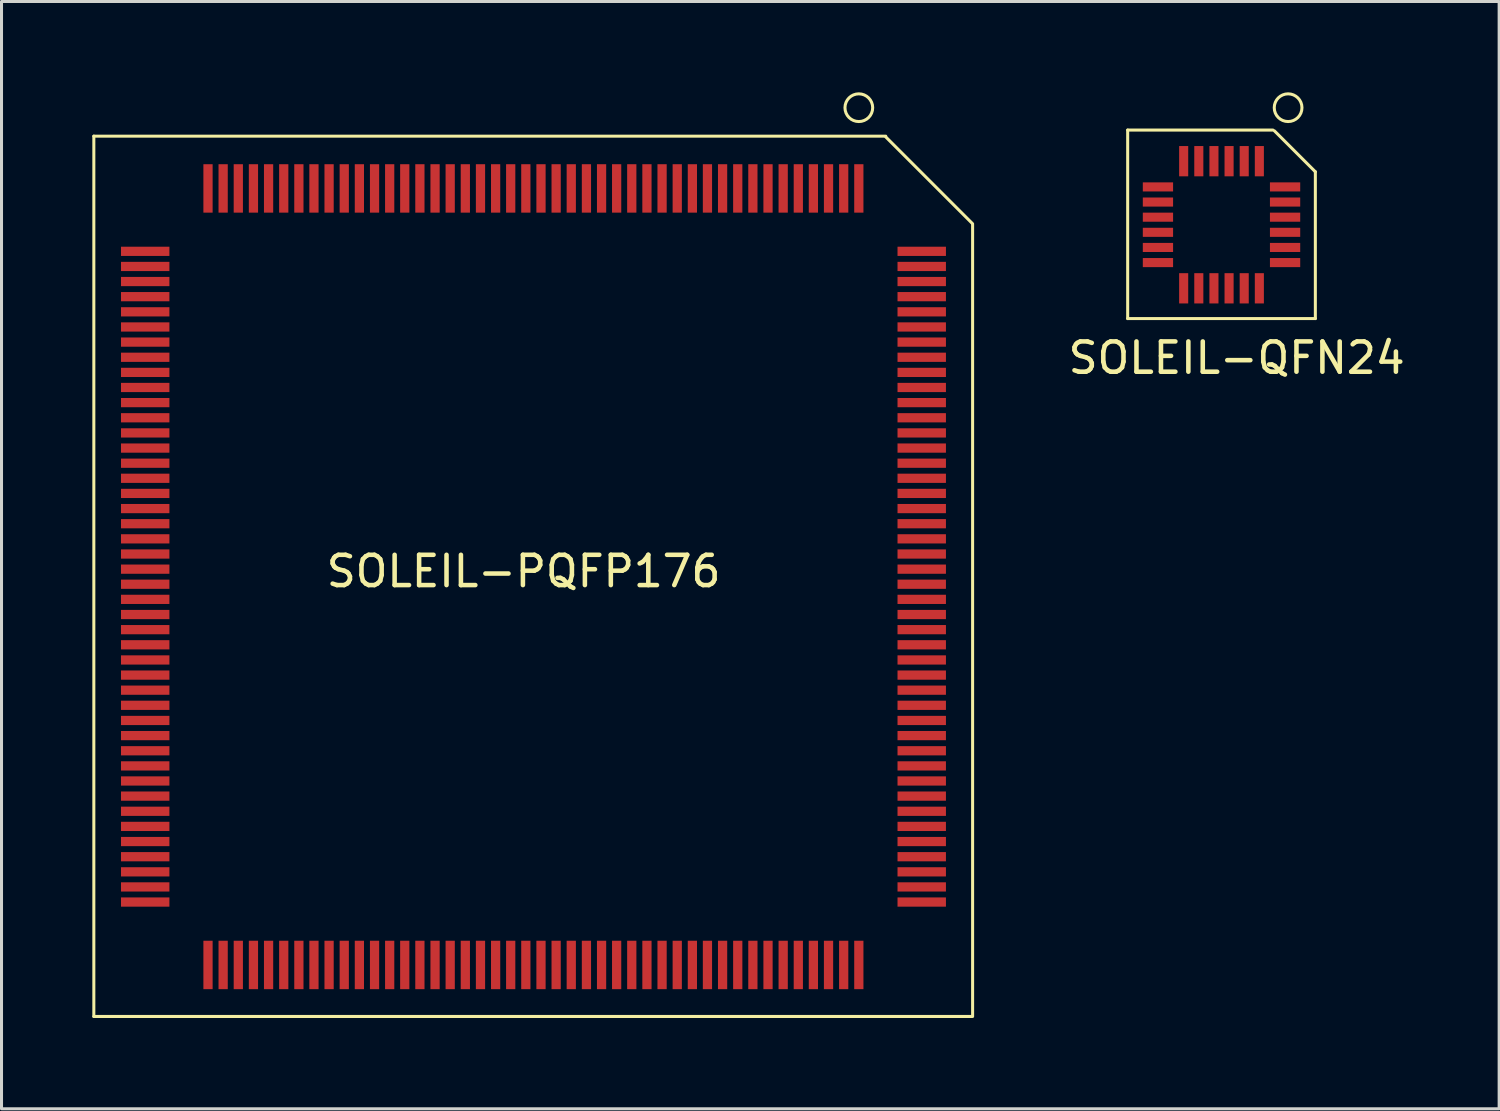
<source format=kicad_pcb>
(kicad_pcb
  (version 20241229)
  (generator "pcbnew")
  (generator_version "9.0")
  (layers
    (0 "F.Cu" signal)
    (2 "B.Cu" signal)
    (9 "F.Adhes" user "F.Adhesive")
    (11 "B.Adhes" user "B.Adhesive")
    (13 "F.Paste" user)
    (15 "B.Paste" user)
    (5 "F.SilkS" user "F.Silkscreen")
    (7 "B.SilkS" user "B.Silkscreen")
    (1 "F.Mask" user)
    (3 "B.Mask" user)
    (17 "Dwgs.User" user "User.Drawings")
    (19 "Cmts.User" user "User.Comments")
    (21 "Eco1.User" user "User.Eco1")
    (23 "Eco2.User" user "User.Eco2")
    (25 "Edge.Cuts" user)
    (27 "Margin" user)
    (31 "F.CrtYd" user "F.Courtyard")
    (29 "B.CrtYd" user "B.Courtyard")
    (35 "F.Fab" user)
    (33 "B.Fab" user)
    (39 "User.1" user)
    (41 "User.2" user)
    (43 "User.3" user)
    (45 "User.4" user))
  (footprint "SOLEIL-PQFP176"
    (layer "F.Cu")
    (at 25.323 3.175)
    (property "Reference" "SOLEIL-PQFP176" (at -11.074 12.649 0) (layer "F.SilkS") (effects (font (size 1 1) (thickness 0.15))))
    (attr smd)
    (fp_line (start -25.273 27.356) (end -25.273 -1.727) (stroke (width 0.1) (type solid)) (layer "F.SilkS"))
    (fp_line (start 0.889 -1.727) (end -25.273 -1.727) (stroke (width 0.1) (type solid)) (layer "F.SilkS"))
    (fp_line (start 0.889 -1.702) (end 3.759 1.168) (stroke (width 0.1) (type solid)) (layer "F.SilkS"))
    (fp_line (start 3.759 1.194) (end 3.759 27.33) (stroke (width 0.1) (type solid)) (layer "F.SilkS"))
    (fp_line (start 3.759 27.356) (end -25.273 27.356) (stroke (width 0.1) (type solid)) (layer "F.SilkS"))
    (fp_circle (center 0 -2.667) (end -0.381 -2.921) (stroke (width 0.1) (type solid)) (fill no) (layer "F.SilkS"))
    (pad "1" smd rect (at 0 0) (size 0.305 1.6) (layers "F.Cu" "F.Mask" "F.Paste"))
    (pad "2" smd rect (at -0.5 0) (size 0.305 1.6) (layers "F.Cu" "F.Mask" "F.Paste"))
    (pad "3" smd rect (at -1.001 0) (size 0.305 1.6) (layers "F.Cu" "F.Mask" "F.Paste"))
    (pad "4" smd rect (at -1.501 0) (size 0.305 1.6) (layers "F.Cu" "F.Mask" "F.Paste"))
    (pad "5" smd rect (at -1.999 0) (size 0.305 1.6) (layers "F.Cu" "F.Mask" "F.Paste"))
    (pad "6" smd rect (at -2.499 0) (size 0.305 1.6) (layers "F.Cu" "F.Mask" "F.Paste"))
    (pad "7" smd rect (at -3 0) (size 0.305 1.6) (layers "F.Cu" "F.Mask" "F.Paste"))
    (pad "8" smd rect (at -3.5 0) (size 0.305 1.6) (layers "F.Cu" "F.Mask" "F.Paste"))
    (pad "9" smd rect (at -4 0) (size 0.305 1.6) (layers "F.Cu" "F.Mask" "F.Paste"))
    (pad "10" smd rect (at -4.501 0) (size 0.305 1.6) (layers "F.Cu" "F.Mask" "F.Paste"))
    (pad "11" smd rect (at -5.001 0) (size 0.305 1.6) (layers "F.Cu" "F.Mask" "F.Paste"))
    (pad "12" smd rect (at -5.499 0) (size 0.305 1.6) (layers "F.Cu" "F.Mask" "F.Paste"))
    (pad "13" smd rect (at -5.999 0) (size 0.305 1.6) (layers "F.Cu" "F.Mask" "F.Paste"))
    (pad "14" smd rect (at -6.5 0) (size 0.305 1.6) (layers "F.Cu" "F.Mask" "F.Paste"))
    (pad "15" smd rect (at -7 0) (size 0.305 1.6) (layers "F.Cu" "F.Mask" "F.Paste"))
    (pad "16" smd rect (at -7.501 0) (size 0.305 1.6) (layers "F.Cu" "F.Mask" "F.Paste"))
    (pad "17" smd rect (at -8.001 0) (size 0.305 1.6) (layers "F.Cu" "F.Mask" "F.Paste"))
    (pad "18" smd rect (at -8.499 0) (size 0.305 1.6) (layers "F.Cu" "F.Mask" "F.Paste"))
    (pad "19" smd rect (at -8.999 0) (size 0.305 1.6) (layers "F.Cu" "F.Mask" "F.Paste"))
    (pad "20" smd rect (at -9.5 0) (size 0.305 1.6) (layers "F.Cu" "F.Mask" "F.Paste"))
    (pad "21" smd rect (at -10 0) (size 0.305 1.6) (layers "F.Cu" "F.Mask" "F.Paste"))
    (pad "22" smd rect (at -10.5 0) (size 0.305 1.6) (layers "F.Cu" "F.Mask" "F.Paste"))
    (pad "23" smd rect (at -11.001 0) (size 0.305 1.6) (layers "F.Cu" "F.Mask" "F.Paste"))
    (pad "24" smd rect (at -11.501 0) (size 0.305 1.6) (layers "F.Cu" "F.Mask" "F.Paste"))
    (pad "25" smd rect (at -11.999 0) (size 0.305 1.6) (layers "F.Cu" "F.Mask" "F.Paste"))
    (pad "26" smd rect (at -12.499 0) (size 0.305 1.6) (layers "F.Cu" "F.Mask" "F.Paste"))
    (pad "27" smd rect (at -13 0) (size 0.305 1.6) (layers "F.Cu" "F.Mask" "F.Paste"))
    (pad "28" smd rect (at -13.5 0) (size 0.305 1.6) (layers "F.Cu" "F.Mask" "F.Paste"))
    (pad "29" smd rect (at -14 0) (size 0.305 1.6) (layers "F.Cu" "F.Mask" "F.Paste"))
    (pad "30" smd rect (at -14.501 0) (size 0.305 1.6) (layers "F.Cu" "F.Mask" "F.Paste"))
    (pad "31" smd rect (at -15.001 0) (size 0.305 1.6) (layers "F.Cu" "F.Mask" "F.Paste"))
    (pad "32" smd rect (at -15.499 0) (size 0.305 1.6) (layers "F.Cu" "F.Mask" "F.Paste"))
    (pad "33" smd rect (at -15.999 0) (size 0.305 1.6) (layers "F.Cu" "F.Mask" "F.Paste"))
    (pad "34" smd rect (at -16.5 0) (size 0.305 1.6) (layers "F.Cu" "F.Mask" "F.Paste"))
    (pad "35" smd rect (at -17 0) (size 0.305 1.6) (layers "F.Cu" "F.Mask" "F.Paste"))
    (pad "36" smd rect (at -17.501 0) (size 0.305 1.6) (layers "F.Cu" "F.Mask" "F.Paste"))
    (pad "37" smd rect (at -18.001 0) (size 0.305 1.6) (layers "F.Cu" "F.Mask" "F.Paste"))
    (pad "38" smd rect (at -18.499 0) (size 0.305 1.6) (layers "F.Cu" "F.Mask" "F.Paste"))
    (pad "39" smd rect (at -18.999 0) (size 0.305 1.6) (layers "F.Cu" "F.Mask" "F.Paste"))
    (pad "40" smd rect (at -19.5 0) (size 0.305 1.6) (layers "F.Cu" "F.Mask" "F.Paste"))
    (pad "41" smd rect (at -20 0) (size 0.305 1.6) (layers "F.Cu" "F.Mask" "F.Paste"))
    (pad "42" smd rect (at -20.5 0) (size 0.305 1.6) (layers "F.Cu" "F.Mask" "F.Paste"))
    (pad "43" smd rect (at -21.001 0) (size 0.305 1.6) (layers "F.Cu" "F.Mask" "F.Paste"))
    (pad "44" smd rect (at -21.501 0) (size 0.305 1.6) (layers "F.Cu" "F.Mask" "F.Paste"))
    (pad "45" smd rect (at -23.576 2.078) (size 1.6 0.305) (layers "F.Cu" "F.Mask" "F.Paste"))
    (pad "46" smd rect (at -23.576 2.578) (size 1.6 0.305) (layers "F.Cu" "F.Mask" "F.Paste"))
    (pad "47" smd rect (at -23.576 3.076) (size 1.6 0.305) (layers "F.Cu" "F.Mask" "F.Paste"))
    (pad "48" smd rect (at -23.576 3.576) (size 1.6 0.305) (layers "F.Cu" "F.Mask" "F.Paste"))
    (pad "49" smd rect (at -23.576 4.077) (size 1.6 0.305) (layers "F.Cu" "F.Mask" "F.Paste"))
    (pad "50" smd rect (at -23.576 4.577) (size 1.6 0.305) (layers "F.Cu" "F.Mask" "F.Paste"))
    (pad "51" smd rect (at -23.576 5.077) (size 1.6 0.305) (layers "F.Cu" "F.Mask" "F.Paste"))
    (pad "52" smd rect (at -23.576 5.578) (size 1.6 0.305) (layers "F.Cu" "F.Mask" "F.Paste"))
    (pad "53" smd rect (at -23.576 6.078) (size 1.6 0.305) (layers "F.Cu" "F.Mask" "F.Paste"))
    (pad "54" smd rect (at -23.576 6.576) (size 1.6 0.305) (layers "F.Cu" "F.Mask" "F.Paste"))
    (pad "55" smd rect (at -23.576 7.076) (size 1.6 0.305) (layers "F.Cu" "F.Mask" "F.Paste"))
    (pad "56" smd rect (at -23.576 7.577) (size 1.6 0.305) (layers "F.Cu" "F.Mask" "F.Paste"))
    (pad "57" smd rect (at -23.576 8.077) (size 1.6 0.305) (layers "F.Cu" "F.Mask" "F.Paste"))
    (pad "58" smd rect (at -23.576 8.578) (size 1.6 0.305) (layers "F.Cu" "F.Mask" "F.Paste"))
    (pad "59" smd rect (at -23.576 9.078) (size 1.6 0.305) (layers "F.Cu" "F.Mask" "F.Paste"))
    (pad "60" smd rect (at -23.576 9.576) (size 1.6 0.305) (layers "F.Cu" "F.Mask" "F.Paste"))
    (pad "61" smd rect (at -23.576 10.076) (size 1.6 0.305) (layers "F.Cu" "F.Mask" "F.Paste"))
    (pad "62" smd rect (at -23.576 10.577) (size 1.6 0.305) (layers "F.Cu" "F.Mask" "F.Paste"))
    (pad "63" smd rect (at -23.576 11.077) (size 1.6 0.305) (layers "F.Cu" "F.Mask" "F.Paste"))
    (pad "64" smd rect (at -23.576 11.577) (size 1.6 0.305) (layers "F.Cu" "F.Mask" "F.Paste"))
    (pad "65" smd rect (at -23.576 12.078) (size 1.6 0.305) (layers "F.Cu" "F.Mask" "F.Paste"))
    (pad "66" smd rect (at -23.576 12.578) (size 1.6 0.305) (layers "F.Cu" "F.Mask" "F.Paste"))
    (pad "67" smd rect (at -23.576 13.076) (size 1.6 0.305) (layers "F.Cu" "F.Mask" "F.Paste"))
    (pad "68" smd rect (at -23.576 13.576) (size 1.6 0.305) (layers "F.Cu" "F.Mask" "F.Paste"))
    (pad "69" smd rect (at -23.576 14.077) (size 1.6 0.305) (layers "F.Cu" "F.Mask" "F.Paste"))
    (pad "70" smd rect (at -23.576 14.577) (size 1.6 0.305) (layers "F.Cu" "F.Mask" "F.Paste"))
    (pad "71" smd rect (at -23.576 15.077) (size 1.6 0.305) (layers "F.Cu" "F.Mask" "F.Paste"))
    (pad "72" smd rect (at -23.576 15.578) (size 1.6 0.305) (layers "F.Cu" "F.Mask" "F.Paste"))
    (pad "73" smd rect (at -23.576 16.078) (size 1.6 0.305) (layers "F.Cu" "F.Mask" "F.Paste"))
    (pad "74" smd rect (at -23.576 16.576) (size 1.6 0.305) (layers "F.Cu" "F.Mask" "F.Paste"))
    (pad "75" smd rect (at -23.576 17.076) (size 1.6 0.305) (layers "F.Cu" "F.Mask" "F.Paste"))
    (pad "76" smd rect (at -23.576 17.577) (size 1.6 0.305) (layers "F.Cu" "F.Mask" "F.Paste"))
    (pad "77" smd rect (at -23.576 18.077) (size 1.6 0.305) (layers "F.Cu" "F.Mask" "F.Paste"))
    (pad "78" smd rect (at -23.576 18.578) (size 1.6 0.305) (layers "F.Cu" "F.Mask" "F.Paste"))
    (pad "79" smd rect (at -23.576 19.078) (size 1.6 0.305) (layers "F.Cu" "F.Mask" "F.Paste"))
    (pad "80" smd rect (at -23.576 19.576) (size 1.6 0.305) (layers "F.Cu" "F.Mask" "F.Paste"))
    (pad "81" smd rect (at -23.576 20.076) (size 1.6 0.305) (layers "F.Cu" "F.Mask" "F.Paste"))
    (pad "82" smd rect (at -23.576 20.577) (size 1.6 0.305) (layers "F.Cu" "F.Mask" "F.Paste"))
    (pad "83" smd rect (at -23.576 21.077) (size 1.6 0.305) (layers "F.Cu" "F.Mask" "F.Paste"))
    (pad "84" smd rect (at -23.576 21.577) (size 1.6 0.305) (layers "F.Cu" "F.Mask" "F.Paste"))
    (pad "85" smd rect (at -23.576 22.078) (size 1.6 0.305) (layers "F.Cu" "F.Mask" "F.Paste"))
    (pad "86" smd rect (at -23.576 22.578) (size 1.6 0.305) (layers "F.Cu" "F.Mask" "F.Paste"))
    (pad "87" smd rect (at -23.576 23.076) (size 1.6 0.305) (layers "F.Cu" "F.Mask" "F.Paste"))
    (pad "88" smd rect (at -23.576 23.576) (size 1.6 0.305) (layers "F.Cu" "F.Mask" "F.Paste"))
    (pad "89" smd rect (at -21.501 25.654) (size 0.305 1.6) (layers "F.Cu" "F.Mask" "F.Paste"))
    (pad "90" smd rect (at -21.001 25.654) (size 0.305 1.6) (layers "F.Cu" "F.Mask" "F.Paste"))
    (pad "91" smd rect (at -20.5 25.654) (size 0.305 1.6) (layers "F.Cu" "F.Mask" "F.Paste"))
    (pad "92" smd rect (at -20 25.654) (size 0.305 1.6) (layers "F.Cu" "F.Mask" "F.Paste"))
    (pad "93" smd rect (at -19.5 25.654) (size 0.305 1.6) (layers "F.Cu" "F.Mask" "F.Paste"))
    (pad "94" smd rect (at -18.999 25.654) (size 0.305 1.6) (layers "F.Cu" "F.Mask" "F.Paste"))
    (pad "95" smd rect (at -18.499 25.654) (size 0.305 1.6) (layers "F.Cu" "F.Mask" "F.Paste"))
    (pad "96" smd rect (at -18.001 25.654) (size 0.305 1.6) (layers "F.Cu" "F.Mask" "F.Paste"))
    (pad "97" smd rect (at -17.501 25.654) (size 0.305 1.6) (layers "F.Cu" "F.Mask" "F.Paste"))
    (pad "98" smd rect (at -17 25.654) (size 0.305 1.6) (layers "F.Cu" "F.Mask" "F.Paste"))
    (pad "99" smd rect (at -16.5 25.654) (size 0.305 1.6) (layers "F.Cu" "F.Mask" "F.Paste"))
    (pad "100" smd rect (at -15.999 25.654) (size 0.305 1.6) (layers "F.Cu" "F.Mask" "F.Paste"))
    (pad "101" smd rect (at -15.499 25.654) (size 0.305 1.6) (layers "F.Cu" "F.Mask" "F.Paste"))
    (pad "102" smd rect (at -15.001 25.654) (size 0.305 1.6) (layers "F.Cu" "F.Mask" "F.Paste"))
    (pad "103" smd rect (at -14.501 25.654) (size 0.305 1.6) (layers "F.Cu" "F.Mask" "F.Paste"))
    (pad "104" smd rect (at -14 25.654) (size 0.305 1.6) (layers "F.Cu" "F.Mask" "F.Paste"))
    (pad "105" smd rect (at -13.5 25.654) (size 0.305 1.6) (layers "F.Cu" "F.Mask" "F.Paste"))
    (pad "106" smd rect (at -13 25.654) (size 0.305 1.6) (layers "F.Cu" "F.Mask" "F.Paste"))
    (pad "107" smd rect (at -12.499 25.654) (size 0.305 1.6) (layers "F.Cu" "F.Mask" "F.Paste"))
    (pad "108" smd rect (at -11.999 25.654) (size 0.305 1.6) (layers "F.Cu" "F.Mask" "F.Paste"))
    (pad "109" smd rect (at -11.501 25.654) (size 0.305 1.6) (layers "F.Cu" "F.Mask" "F.Paste"))
    (pad "110" smd rect (at -11.001 25.654) (size 0.305 1.6) (layers "F.Cu" "F.Mask" "F.Paste"))
    (pad "111" smd rect (at -10.5 25.654) (size 0.305 1.6) (layers "F.Cu" "F.Mask" "F.Paste"))
    (pad "112" smd rect (at -10 25.654) (size 0.305 1.6) (layers "F.Cu" "F.Mask" "F.Paste"))
    (pad "113" smd rect (at -9.5 25.654) (size 0.305 1.6) (layers "F.Cu" "F.Mask" "F.Paste"))
    (pad "114" smd rect (at -8.999 25.654) (size 0.305 1.6) (layers "F.Cu" "F.Mask" "F.Paste"))
    (pad "115" smd rect (at -8.499 25.654) (size 0.305 1.6) (layers "F.Cu" "F.Mask" "F.Paste"))
    (pad "116" smd rect (at -8.001 25.654) (size 0.305 1.6) (layers "F.Cu" "F.Mask" "F.Paste"))
    (pad "117" smd rect (at -7.501 25.654) (size 0.305 1.6) (layers "F.Cu" "F.Mask" "F.Paste"))
    (pad "118" smd rect (at -7 25.654) (size 0.305 1.6) (layers "F.Cu" "F.Mask" "F.Paste"))
    (pad "119" smd rect (at -6.5 25.654) (size 0.305 1.6) (layers "F.Cu" "F.Mask" "F.Paste"))
    (pad "120" smd rect (at -5.999 25.654) (size 0.305 1.6) (layers "F.Cu" "F.Mask" "F.Paste"))
    (pad "121" smd rect (at -5.499 25.654) (size 0.305 1.6) (layers "F.Cu" "F.Mask" "F.Paste"))
    (pad "122" smd rect (at -5.001 25.654) (size 0.305 1.6) (layers "F.Cu" "F.Mask" "F.Paste"))
    (pad "123" smd rect (at -4.501 25.654) (size 0.305 1.6) (layers "F.Cu" "F.Mask" "F.Paste"))
    (pad "124" smd rect (at -4 25.654) (size 0.305 1.6) (layers "F.Cu" "F.Mask" "F.Paste"))
    (pad "125" smd rect (at -3.5 25.654) (size 0.305 1.6) (layers "F.Cu" "F.Mask" "F.Paste"))
    (pad "126" smd rect (at -3 25.654) (size 0.305 1.6) (layers "F.Cu" "F.Mask" "F.Paste"))
    (pad "127" smd rect (at -2.499 25.654) (size 0.305 1.6) (layers "F.Cu" "F.Mask" "F.Paste"))
    (pad "128" smd rect (at -1.999 25.654) (size 0.305 1.6) (layers "F.Cu" "F.Mask" "F.Paste"))
    (pad "129" smd rect (at -1.501 25.654) (size 0.305 1.6) (layers "F.Cu" "F.Mask" "F.Paste"))
    (pad "130" smd rect (at -1.001 25.654) (size 0.305 1.6) (layers "F.Cu" "F.Mask" "F.Paste"))
    (pad "131" smd rect (at -0.5 25.654) (size 0.305 1.6) (layers "F.Cu" "F.Mask" "F.Paste"))
    (pad "132" smd rect (at 0 25.654) (size 0.305 1.6) (layers "F.Cu" "F.Mask" "F.Paste"))
    (pad "133" smd rect (at 2.078 23.576) (size 1.6 0.305) (layers "F.Cu" "F.Mask" "F.Paste"))
    (pad "134" smd rect (at 2.078 23.076) (size 1.6 0.305) (layers "F.Cu" "F.Mask" "F.Paste"))
    (pad "135" smd rect (at 2.078 22.578) (size 1.6 0.305) (layers "F.Cu" "F.Mask" "F.Paste"))
    (pad "136" smd rect (at 2.078 22.078) (size 1.6 0.305) (layers "F.Cu" "F.Mask" "F.Paste"))
    (pad "137" smd rect (at 2.078 21.577) (size 1.6 0.305) (layers "F.Cu" "F.Mask" "F.Paste"))
    (pad "138" smd rect (at 2.078 21.077) (size 1.6 0.305) (layers "F.Cu" "F.Mask" "F.Paste"))
    (pad "139" smd rect (at 2.078 20.577) (size 1.6 0.305) (layers "F.Cu" "F.Mask" "F.Paste"))
    (pad "140" smd rect (at 2.078 20.076) (size 1.6 0.305) (layers "F.Cu" "F.Mask" "F.Paste"))
    (pad "141" smd rect (at 2.078 19.576) (size 1.6 0.305) (layers "F.Cu" "F.Mask" "F.Paste"))
    (pad "142" smd rect (at 2.078 19.078) (size 1.6 0.305) (layers "F.Cu" "F.Mask" "F.Paste"))
    (pad "143" smd rect (at 2.078 18.578) (size 1.6 0.305) (layers "F.Cu" "F.Mask" "F.Paste"))
    (pad "144" smd rect (at 2.078 18.077) (size 1.6 0.305) (layers "F.Cu" "F.Mask" "F.Paste"))
    (pad "145" smd rect (at 2.078 17.577) (size 1.6 0.305) (layers "F.Cu" "F.Mask" "F.Paste"))
    (pad "146" smd rect (at 2.078 17.076) (size 1.6 0.305) (layers "F.Cu" "F.Mask" "F.Paste"))
    (pad "147" smd rect (at 2.078 16.576) (size 1.6 0.305) (layers "F.Cu" "F.Mask" "F.Paste"))
    (pad "148" smd rect (at 2.078 16.078) (size 1.6 0.305) (layers "F.Cu" "F.Mask" "F.Paste"))
    (pad "149" smd rect (at 2.078 15.578) (size 1.6 0.305) (layers "F.Cu" "F.Mask" "F.Paste"))
    (pad "150" smd rect (at 2.078 15.077) (size 1.6 0.305) (layers "F.Cu" "F.Mask" "F.Paste"))
    (pad "151" smd rect (at 2.078 14.577) (size 1.6 0.305) (layers "F.Cu" "F.Mask" "F.Paste"))
    (pad "152" smd rect (at 2.078 14.077) (size 1.6 0.305) (layers "F.Cu" "F.Mask" "F.Paste"))
    (pad "153" smd rect (at 2.078 13.576) (size 1.6 0.305) (layers "F.Cu" "F.Mask" "F.Paste"))
    (pad "154" smd rect (at 2.078 13.076) (size 1.6 0.305) (layers "F.Cu" "F.Mask" "F.Paste"))
    (pad "155" smd rect (at 2.078 12.578) (size 1.6 0.305) (layers "F.Cu" "F.Mask" "F.Paste"))
    (pad "156" smd rect (at 2.078 12.078) (size 1.6 0.305) (layers "F.Cu" "F.Mask" "F.Paste"))
    (pad "157" smd rect (at 2.078 11.577) (size 1.6 0.305) (layers "F.Cu" "F.Mask" "F.Paste"))
    (pad "158" smd rect (at 2.078 11.077) (size 1.6 0.305) (layers "F.Cu" "F.Mask" "F.Paste"))
    (pad "159" smd rect (at 2.078 10.577) (size 1.6 0.305) (layers "F.Cu" "F.Mask" "F.Paste"))
    (pad "160" smd rect (at 2.078 10.076) (size 1.6 0.305) (layers "F.Cu" "F.Mask" "F.Paste"))
    (pad "161" smd rect (at 2.078 9.576) (size 1.6 0.305) (layers "F.Cu" "F.Mask" "F.Paste"))
    (pad "162" smd rect (at 2.078 9.078) (size 1.6 0.305) (layers "F.Cu" "F.Mask" "F.Paste"))
    (pad "163" smd rect (at 2.078 8.578) (size 1.6 0.305) (layers "F.Cu" "F.Mask" "F.Paste"))
    (pad "164" smd rect (at 2.078 8.077) (size 1.6 0.305) (layers "F.Cu" "F.Mask" "F.Paste"))
    (pad "165" smd rect (at 2.078 7.577) (size 1.6 0.305) (layers "F.Cu" "F.Mask" "F.Paste"))
    (pad "166" smd rect (at 2.078 7.076) (size 1.6 0.305) (layers "F.Cu" "F.Mask" "F.Paste"))
    (pad "167" smd rect (at 2.078 6.576) (size 1.6 0.305) (layers "F.Cu" "F.Mask" "F.Paste"))
    (pad "168" smd rect (at 2.078 6.078) (size 1.6 0.305) (layers "F.Cu" "F.Mask" "F.Paste"))
    (pad "169" smd rect (at 2.078 5.578) (size 1.6 0.305) (layers "F.Cu" "F.Mask" "F.Paste"))
    (pad "170" smd rect (at 2.078 5.077) (size 1.6 0.305) (layers "F.Cu" "F.Mask" "F.Paste"))
    (pad "171" smd rect (at 2.078 4.577) (size 1.6 0.305) (layers "F.Cu" "F.Mask" "F.Paste"))
    (pad "172" smd rect (at 2.078 4.077) (size 1.6 0.305) (layers "F.Cu" "F.Mask" "F.Paste"))
    (pad "173" smd rect (at 2.078 3.576) (size 1.6 0.305) (layers "F.Cu" "F.Mask" "F.Paste"))
    (pad "174" smd rect (at 2.078 3.076) (size 1.6 0.305) (layers "F.Cu" "F.Mask" "F.Paste"))
    (pad "175" smd rect (at 2.078 2.578) (size 1.6 0.305) (layers "F.Cu" "F.Mask" "F.Paste"))
    (pad "176" smd rect (at 2.078 2.078) (size 1.6 0.305) (layers "F.Cu" "F.Mask" "F.Paste")))
  (footprint "SOLEIL-QFN24"
    (layer "F.Cu")
    (at 38.555 2.275)
    (property "Reference" "SOLEIL-QFN24" (at -0.75 6.5 0) (layer "F.SilkS") (effects (font (size 1 1) (thickness 0.15))))
    (attr smd)
    (fp_line (start -4.35 -1.028) (end -4.35 5.2) (stroke (width 0.1) (type solid)) (layer "F.SilkS"))
    (fp_line (start -4.35 -1.028) (end 0.45 -1.028) (stroke (width 0.1) (type solid)) (layer "F.SilkS"))
    (fp_line (start 0.5 -1) (end 1.85 0.35) (stroke (width 0.1) (type solid)) (layer "F.SilkS"))
    (fp_line (start 1.85 0.35) (end 1.85 5.2) (stroke (width 0.1) (type solid)) (layer "F.SilkS"))
    (fp_line (start 1.85 5.2) (end -4.35 5.2) (stroke (width 0.1) (type solid)) (layer "F.SilkS"))
    (fp_circle (center 0.95 -1.767) (end 0.569 -2.021) (stroke (width 0.1) (type solid)) (fill no) (layer "F.SilkS"))
    (pad "1" smd rect (at 0 0) (size 0.3 1) (layers "F.Cu" "F.Mask" "F.Paste"))
    (pad "2" smd rect (at -0.5 0) (size 0.3 1) (layers "F.Cu" "F.Mask" "F.Paste"))
    (pad "3" smd rect (at -1 0) (size 0.3 1) (layers "F.Cu" "F.Mask" "F.Paste"))
    (pad "4" smd rect (at -1.5 0) (size 0.3 1) (layers "F.Cu" "F.Mask" "F.Paste"))
    (pad "5" smd rect (at -2 0) (size 0.3 1) (layers "F.Cu" "F.Mask" "F.Paste"))
    (pad "6" smd rect (at -2.5 0) (size 0.3 1) (layers "F.Cu" "F.Mask" "F.Paste"))
    (pad "7" smd rect (at -3.35 0.85) (size 1 0.3) (layers "F.Cu" "F.Mask" "F.Paste"))
    (pad "8" smd rect (at -3.35 1.35) (size 1 0.3) (layers "F.Cu" "F.Mask" "F.Paste"))
    (pad "9" smd rect (at -3.35 1.85) (size 1 0.3) (layers "F.Cu" "F.Mask" "F.Paste"))
    (pad "10" smd rect (at -3.35 2.35) (size 1 0.3) (layers "F.Cu" "F.Mask" "F.Paste"))
    (pad "11" smd rect (at -3.35 2.85) (size 1 0.3) (layers "F.Cu" "F.Mask" "F.Paste"))
    (pad "12" smd rect (at -3.35 3.35) (size 1 0.3) (layers "F.Cu" "F.Mask" "F.Paste"))
    (pad "13" smd rect (at -2.5 4.2) (size 0.3 1) (layers "F.Cu" "F.Mask" "F.Paste"))
    (pad "14" smd rect (at -2 4.2) (size 0.3 1) (layers "F.Cu" "F.Mask" "F.Paste"))
    (pad "15" smd rect (at -1.5 4.2) (size 0.3 1) (layers "F.Cu" "F.Mask" "F.Paste"))
    (pad "16" smd rect (at -1 4.2) (size 0.3 1) (layers "F.Cu" "F.Mask" "F.Paste"))
    (pad "17" smd rect (at -0.5 4.2) (size 0.3 1) (layers "F.Cu" "F.Mask" "F.Paste"))
    (pad "18" smd rect (at 0 4.2) (size 0.3 1) (layers "F.Cu" "F.Mask" "F.Paste"))
    (pad "19" smd rect (at 0.85 3.35) (size 1 0.3) (layers "F.Cu" "F.Mask" "F.Paste"))
    (pad "20" smd rect (at 0.85 2.85) (size 1 0.3) (layers "F.Cu" "F.Mask" "F.Paste"))
    (pad "21" smd rect (at 0.85 2.35) (size 1 0.3) (layers "F.Cu" "F.Mask" "F.Paste"))
    (pad "22" smd rect (at 0.85 1.85) (size 1 0.3) (layers "F.Cu" "F.Mask" "F.Paste"))
    (pad "23" smd rect (at 0.85 1.35) (size 1 0.3) (layers "F.Cu" "F.Mask" "F.Paste"))
    (pad "24" smd rect (at 0.85 0.85) (size 1 0.3) (layers "F.Cu" "F.Mask" "F.Paste")))
  (gr_rect
    (start -3 -3)
    (end 46.477 33.581)
    (stroke (width 0.1) (type default))
    (fill no)
    (layer "Edge.Cuts")))
</source>
